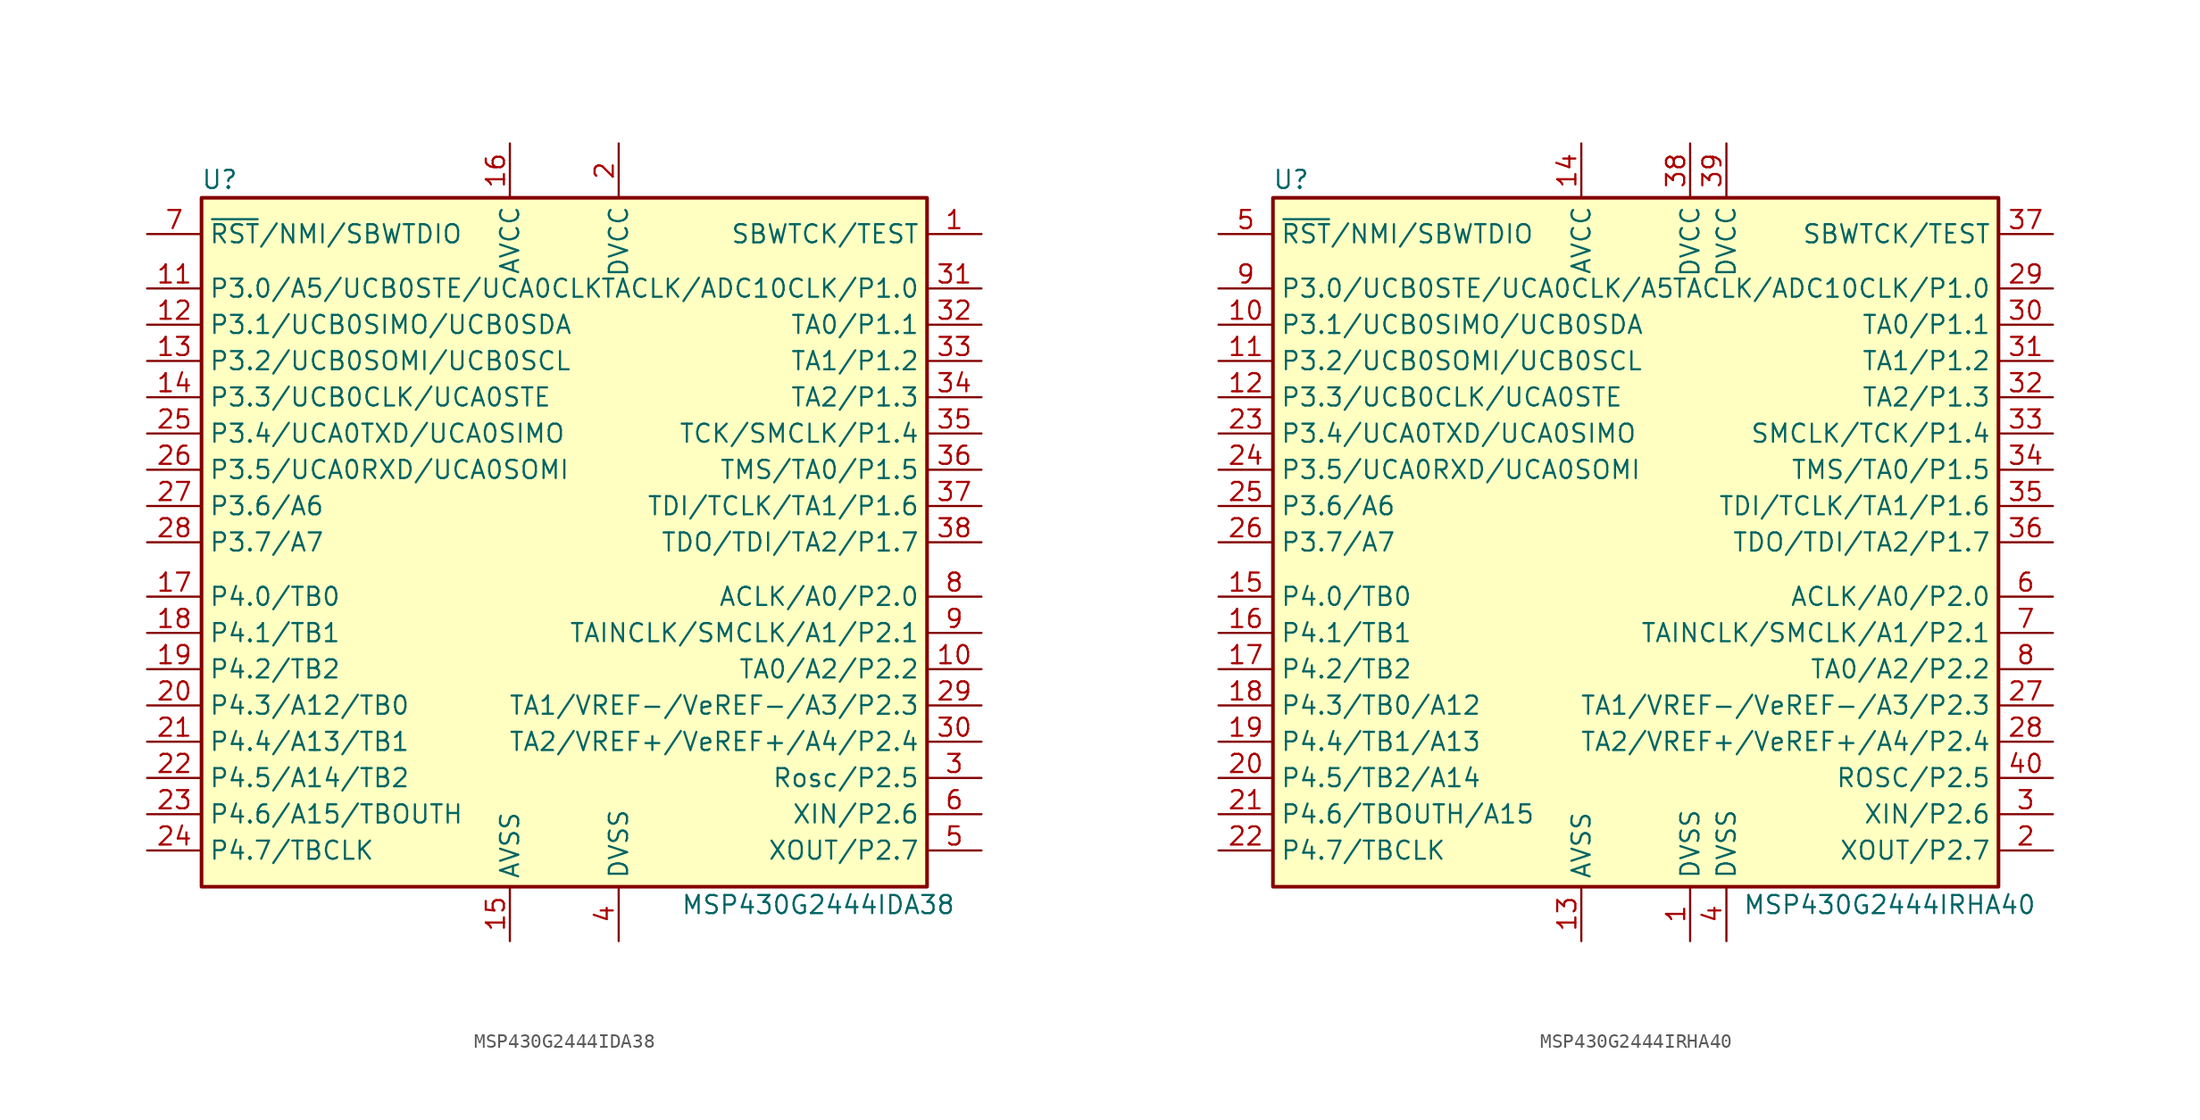
<source format=kicad_sym>
(kicad_symbol_lib
  (version 20201005)
  (generator kicad_symbol_editor)
  (symbol "MCU_Texas_MSP430:MSP430G2444IDA38"
    (property "Reference" "U"
      (at -24.13 25.4 0)
      (effects (font (size 1.27 1.27))))
    (property "Value" "MSP430G2444IDA38"
      (at 17.78 -25.4 0)
      (effects (font (size 1.27 1.27))))
    (symbol "MSP430G2444IDA38_0_1"
      (rectangle (start -25.4 24.13) (end 25.4 -24.13) (stroke (width 0.254)) (fill (type background))))
    (symbol "MSP430G2444IDA38_1_1"
      (pin input line (at 29.21 21.59 180) (length 3.81) (name "SBWTCK/TEST" (effects (font (size 1.27 1.27)))) (number "1" (effects (font (size 1.27 1.27)))))
      (pin bidirectional line (at 29.21 -8.89 180) (length 3.81) (name "TA0/A2/P2.2" (effects (font (size 1.27 1.27)))) (number "10" (effects (font (size 1.27 1.27)))))
      (pin bidirectional line (at -29.21 17.78 0) (length 3.81) (name "P3.0/A5/UCB0STE/UCA0CLK" (effects (font (size 1.27 1.27)))) (number "11" (effects (font (size 1.27 1.27)))))
      (pin bidirectional line (at -29.21 15.24 0) (length 3.81) (name "P3.1/UCB0SIMO/UCB0SDA" (effects (font (size 1.27 1.27)))) (number "12" (effects (font (size 1.27 1.27)))))
      (pin bidirectional line (at -29.21 12.7 0) (length 3.81) (name "P3.2/UCB0SOMI/UCB0SCL" (effects (font (size 1.27 1.27)))) (number "13" (effects (font (size 1.27 1.27)))))
      (pin bidirectional line (at -29.21 10.16 0) (length 3.81) (name "P3.3/UCB0CLK/UCA0STE" (effects (font (size 1.27 1.27)))) (number "14" (effects (font (size 1.27 1.27)))))
      (pin power_in line (at -3.81 -27.94 90) (length 3.81) (name "AVSS" (effects (font (size 1.27 1.27)))) (number "15" (effects (font (size 1.27 1.27)))))
      (pin power_in line (at -3.81 27.94 270) (length 3.81) (name "AVCC" (effects (font (size 1.27 1.27)))) (number "16" (effects (font (size 1.27 1.27)))))
      (pin bidirectional line (at -29.21 -3.81 0) (length 3.81) (name "P4.0/TB0" (effects (font (size 1.27 1.27)))) (number "17" (effects (font (size 1.27 1.27)))))
      (pin bidirectional line (at -29.21 -6.35 0) (length 3.81) (name "P4.1/TB1" (effects (font (size 1.27 1.27)))) (number "18" (effects (font (size 1.27 1.27)))))
      (pin bidirectional line (at -29.21 -8.89 0) (length 3.81) (name "P4.2/TB2" (effects (font (size 1.27 1.27)))) (number "19" (effects (font (size 1.27 1.27)))))
      (pin power_in line (at 3.81 27.94 270) (length 3.81) (name "DVCC" (effects (font (size 1.27 1.27)))) (number "2" (effects (font (size 1.27 1.27)))))
      (pin bidirectional line (at -29.21 -11.43 0) (length 3.81) (name "P4.3/A12/TB0" (effects (font (size 1.27 1.27)))) (number "20" (effects (font (size 1.27 1.27)))))
      (pin bidirectional line (at -29.21 -13.97 0) (length 3.81) (name "P4.4/A13/TB1" (effects (font (size 1.27 1.27)))) (number "21" (effects (font (size 1.27 1.27)))))
      (pin bidirectional line (at -29.21 -16.51 0) (length 3.81) (name "P4.5/A14/TB2" (effects (font (size 1.27 1.27)))) (number "22" (effects (font (size 1.27 1.27)))))
      (pin bidirectional line (at -29.21 -19.05 0) (length 3.81) (name "P4.6/A15/TBOUTH" (effects (font (size 1.27 1.27)))) (number "23" (effects (font (size 1.27 1.27)))))
      (pin bidirectional line (at -29.21 -21.59 0) (length 3.81) (name "P4.7/TBCLK" (effects (font (size 1.27 1.27)))) (number "24" (effects (font (size 1.27 1.27)))))
      (pin bidirectional line (at -29.21 7.62 0) (length 3.81) (name "P3.4/UCA0TXD/UCA0SIMO" (effects (font (size 1.27 1.27)))) (number "25" (effects (font (size 1.27 1.27)))))
      (pin bidirectional line (at -29.21 5.08 0) (length 3.81) (name "P3.5/UCA0RXD/UCA0SOMI" (effects (font (size 1.27 1.27)))) (number "26" (effects (font (size 1.27 1.27)))))
      (pin bidirectional line (at -29.21 2.54 0) (length 3.81) (name "P3.6/A6" (effects (font (size 1.27 1.27)))) (number "27" (effects (font (size 1.27 1.27)))))
      (pin bidirectional line (at -29.21 0 0) (length 3.81) (name "P3.7/A7" (effects (font (size 1.27 1.27)))) (number "28" (effects (font (size 1.27 1.27)))))
      (pin bidirectional line (at 29.21 -11.43 180) (length 3.81) (name "TA1/VREF-/VeREF-/A3/P2.3" (effects (font (size 1.27 1.27)))) (number "29" (effects (font (size 1.27 1.27)))))
      (pin bidirectional line (at 29.21 -16.51 180) (length 3.81) (name "Rosc/P2.5" (effects (font (size 1.27 1.27)))) (number "3" (effects (font (size 1.27 1.27)))))
      (pin bidirectional line (at 29.21 -13.97 180) (length 3.81) (name "TA2/VREF+/VeREF+/A4/P2.4" (effects (font (size 1.27 1.27)))) (number "30" (effects (font (size 1.27 1.27)))))
      (pin bidirectional line (at 29.21 17.78 180) (length 3.81) (name "TACLK/ADC10CLK/P1.0" (effects (font (size 1.27 1.27)))) (number "31" (effects (font (size 1.27 1.27)))))
      (pin bidirectional line (at 29.21 15.24 180) (length 3.81) (name "TA0/P1.1" (effects (font (size 1.27 1.27)))) (number "32" (effects (font (size 1.27 1.27)))))
      (pin bidirectional line (at 29.21 12.7 180) (length 3.81) (name "TA1/P1.2" (effects (font (size 1.27 1.27)))) (number "33" (effects (font (size 1.27 1.27)))))
      (pin bidirectional line (at 29.21 10.16 180) (length 3.81) (name "TA2/P1.3" (effects (font (size 1.27 1.27)))) (number "34" (effects (font (size 1.27 1.27)))))
      (pin bidirectional line (at 29.21 7.62 180) (length 3.81) (name "TCK/SMCLK/P1.4" (effects (font (size 1.27 1.27)))) (number "35" (effects (font (size 1.27 1.27)))))
      (pin bidirectional line (at 29.21 5.08 180) (length 3.81) (name "TMS/TA0/P1.5" (effects (font (size 1.27 1.27)))) (number "36" (effects (font (size 1.27 1.27)))))
      (pin bidirectional line (at 29.21 2.54 180) (length 3.81) (name "TDI/TCLK/TA1/P1.6" (effects (font (size 1.27 1.27)))) (number "37" (effects (font (size 1.27 1.27)))))
      (pin bidirectional line (at 29.21 0 180) (length 3.81) (name "TDO/TDI/TA2/P1.7" (effects (font (size 1.27 1.27)))) (number "38" (effects (font (size 1.27 1.27)))))
      (pin power_in line (at 3.81 -27.94 90) (length 3.81) (name "DVSS" (effects (font (size 1.27 1.27)))) (number "4" (effects (font (size 1.27 1.27)))))
      (pin bidirectional line (at 29.21 -21.59 180) (length 3.81) (name "XOUT/P2.7" (effects (font (size 1.27 1.27)))) (number "5" (effects (font (size 1.27 1.27)))))
      (pin bidirectional line (at 29.21 -19.05 180) (length 3.81) (name "XIN/P2.6" (effects (font (size 1.27 1.27)))) (number "6" (effects (font (size 1.27 1.27)))))
      (pin input line (at -29.21 21.59 0) (length 3.81) (name "~RST~/NMI/SBWTDIO" (effects (font (size 1.27 1.27)))) (number "7" (effects (font (size 1.27 1.27)))))
      (pin bidirectional line (at 29.21 -3.81 180) (length 3.81) (name "ACLK/A0/P2.0" (effects (font (size 1.27 1.27)))) (number "8" (effects (font (size 1.27 1.27)))))
      (pin bidirectional line (at 29.21 -6.35 180) (length 3.81) (name "TAINCLK/SMCLK/A1/P2.1" (effects (font (size 1.27 1.27)))) (number "9" (effects (font (size 1.27 1.27)))))))
  (symbol "MCU_Texas_MSP430:MSP430G2444IRHA40"
    (property "Reference" "U"
      (at -24.13 25.4 0)
      (effects (font (size 1.27 1.27))))
    (property "Value" "MSP430G2444IRHA40"
      (at 17.78 -25.4 0)
      (effects (font (size 1.27 1.27))))
    (symbol "MSP430G2444IRHA40_0_1"
      (rectangle (start -25.4 24.13) (end 25.4 -24.13) (stroke (width 0.254)) (fill (type background))))
    (symbol "MSP430G2444IRHA40_1_1"
      (pin power_in line (at 3.81 -27.94 90) (length 3.81) (name "DVSS" (effects (font (size 1.27 1.27)))) (number "1" (effects (font (size 1.27 1.27)))))
      (pin bidirectional line (at -29.21 15.24 0) (length 3.81) (name "P3.1/UCB0SIMO/UCB0SDA" (effects (font (size 1.27 1.27)))) (number "10" (effects (font (size 1.27 1.27)))))
      (pin bidirectional line (at -29.21 12.7 0) (length 3.81) (name "P3.2/UCB0SOMI/UCB0SCL" (effects (font (size 1.27 1.27)))) (number "11" (effects (font (size 1.27 1.27)))))
      (pin bidirectional line (at -29.21 10.16 0) (length 3.81) (name "P3.3/UCB0CLK/UCA0STE" (effects (font (size 1.27 1.27)))) (number "12" (effects (font (size 1.27 1.27)))))
      (pin power_in line (at -3.81 -27.94 90) (length 3.81) (name "AVSS" (effects (font (size 1.27 1.27)))) (number "13" (effects (font (size 1.27 1.27)))))
      (pin power_in line (at -3.81 27.94 270) (length 3.81) (name "AVCC" (effects (font (size 1.27 1.27)))) (number "14" (effects (font (size 1.27 1.27)))))
      (pin bidirectional line (at -29.21 -3.81 0) (length 3.81) (name "P4.0/TB0" (effects (font (size 1.27 1.27)))) (number "15" (effects (font (size 1.27 1.27)))))
      (pin bidirectional line (at -29.21 -6.35 0) (length 3.81) (name "P4.1/TB1" (effects (font (size 1.27 1.27)))) (number "16" (effects (font (size 1.27 1.27)))))
      (pin bidirectional line (at -29.21 -8.89 0) (length 3.81) (name "P4.2/TB2" (effects (font (size 1.27 1.27)))) (number "17" (effects (font (size 1.27 1.27)))))
      (pin bidirectional line (at -29.21 -11.43 0) (length 3.81) (name "P4.3/TB0/A12" (effects (font (size 1.27 1.27)))) (number "18" (effects (font (size 1.27 1.27)))))
      (pin bidirectional line (at -29.21 -13.97 0) (length 3.81) (name "P4.4/TB1/A13" (effects (font (size 1.27 1.27)))) (number "19" (effects (font (size 1.27 1.27)))))
      (pin bidirectional line (at 29.21 -21.59 180) (length 3.81) (name "XOUT/P2.7" (effects (font (size 1.27 1.27)))) (number "2" (effects (font (size 1.27 1.27)))))
      (pin bidirectional line (at -29.21 -16.51 0) (length 3.81) (name "P4.5/TB2/A14" (effects (font (size 1.27 1.27)))) (number "20" (effects (font (size 1.27 1.27)))))
      (pin bidirectional line (at -29.21 -19.05 0) (length 3.81) (name "P4.6/TBOUTH/A15" (effects (font (size 1.27 1.27)))) (number "21" (effects (font (size 1.27 1.27)))))
      (pin bidirectional line (at -29.21 -21.59 0) (length 3.81) (name "P4.7/TBCLK" (effects (font (size 1.27 1.27)))) (number "22" (effects (font (size 1.27 1.27)))))
      (pin bidirectional line (at -29.21 7.62 0) (length 3.81) (name "P3.4/UCA0TXD/UCA0SIMO" (effects (font (size 1.27 1.27)))) (number "23" (effects (font (size 1.27 1.27)))))
      (pin bidirectional line (at -29.21 5.08 0) (length 3.81) (name "P3.5/UCA0RXD/UCA0SOMI" (effects (font (size 1.27 1.27)))) (number "24" (effects (font (size 1.27 1.27)))))
      (pin bidirectional line (at -29.21 2.54 0) (length 3.81) (name "P3.6/A6" (effects (font (size 1.27 1.27)))) (number "25" (effects (font (size 1.27 1.27)))))
      (pin bidirectional line (at -29.21 0 0) (length 3.81) (name "P3.7/A7" (effects (font (size 1.27 1.27)))) (number "26" (effects (font (size 1.27 1.27)))))
      (pin bidirectional line (at 29.21 -11.43 180) (length 3.81) (name "TA1/VREF-/VeREF-/A3/P2.3" (effects (font (size 1.27 1.27)))) (number "27" (effects (font (size 1.27 1.27)))))
      (pin bidirectional line (at 29.21 -13.97 180) (length 3.81) (name "TA2/VREF+/VeREF+/A4/P2.4" (effects (font (size 1.27 1.27)))) (number "28" (effects (font (size 1.27 1.27)))))
      (pin bidirectional line (at 29.21 17.78 180) (length 3.81) (name "TACLK/ADC10CLK/P1.0" (effects (font (size 1.27 1.27)))) (number "29" (effects (font (size 1.27 1.27)))))
      (pin bidirectional line (at 29.21 -19.05 180) (length 3.81) (name "XIN/P2.6" (effects (font (size 1.27 1.27)))) (number "3" (effects (font (size 1.27 1.27)))))
      (pin bidirectional line (at 29.21 15.24 180) (length 3.81) (name "TA0/P1.1" (effects (font (size 1.27 1.27)))) (number "30" (effects (font (size 1.27 1.27)))))
      (pin bidirectional line (at 29.21 12.7 180) (length 3.81) (name "TA1/P1.2" (effects (font (size 1.27 1.27)))) (number "31" (effects (font (size 1.27 1.27)))))
      (pin bidirectional line (at 29.21 10.16 180) (length 3.81) (name "TA2/P1.3" (effects (font (size 1.27 1.27)))) (number "32" (effects (font (size 1.27 1.27)))))
      (pin bidirectional line (at 29.21 7.62 180) (length 3.81) (name "SMCLK/TCK/P1.4" (effects (font (size 1.27 1.27)))) (number "33" (effects (font (size 1.27 1.27)))))
      (pin bidirectional line (at 29.21 5.08 180) (length 3.81) (name "TMS/TA0/P1.5" (effects (font (size 1.27 1.27)))) (number "34" (effects (font (size 1.27 1.27)))))
      (pin bidirectional line (at 29.21 2.54 180) (length 3.81) (name "TDI/TCLK/TA1/P1.6" (effects (font (size 1.27 1.27)))) (number "35" (effects (font (size 1.27 1.27)))))
      (pin bidirectional line (at 29.21 0 180) (length 3.81) (name "TDO/TDI/TA2/P1.7" (effects (font (size 1.27 1.27)))) (number "36" (effects (font (size 1.27 1.27)))))
      (pin input line (at 29.21 21.59 180) (length 3.81) (name "SBWTCK/TEST" (effects (font (size 1.27 1.27)))) (number "37" (effects (font (size 1.27 1.27)))))
      (pin power_in line (at 3.81 27.94 270) (length 3.81) (name "DVCC" (effects (font (size 1.27 1.27)))) (number "38" (effects (font (size 1.27 1.27)))))
      (pin power_in line (at 6.35 27.94 270) (length 3.81) (name "DVCC" (effects (font (size 1.27 1.27)))) (number "39" (effects (font (size 1.27 1.27)))))
      (pin power_in line (at 6.35 -27.94 90) (length 3.81) (name "DVSS" (effects (font (size 1.27 1.27)))) (number "4" (effects (font (size 1.27 1.27)))))
      (pin bidirectional line (at 29.21 -16.51 180) (length 3.81) (name "ROSC/P2.5" (effects (font (size 1.27 1.27)))) (number "40" (effects (font (size 1.27 1.27)))))
      (pin input line (at -29.21 21.59 0) (length 3.81) (name "~RST~/NMI/SBWTDIO" (effects (font (size 1.27 1.27)))) (number "5" (effects (font (size 1.27 1.27)))))
      (pin bidirectional line (at 29.21 -3.81 180) (length 3.81) (name "ACLK/A0/P2.0" (effects (font (size 1.27 1.27)))) (number "6" (effects (font (size 1.27 1.27)))))
      (pin bidirectional line (at 29.21 -6.35 180) (length 3.81) (name "TAINCLK/SMCLK/A1/P2.1" (effects (font (size 1.27 1.27)))) (number "7" (effects (font (size 1.27 1.27)))))
      (pin bidirectional line (at 29.21 -8.89 180) (length 3.81) (name "TA0/A2/P2.2" (effects (font (size 1.27 1.27)))) (number "8" (effects (font (size 1.27 1.27)))))
      (pin bidirectional line (at -29.21 17.78 0) (length 3.81) (name "P3.0/UCB0STE/UCA0CLK/A5" (effects (font (size 1.27 1.27)))) (number "9" (effects (font (size 1.27 1.27))))))))
</source>
